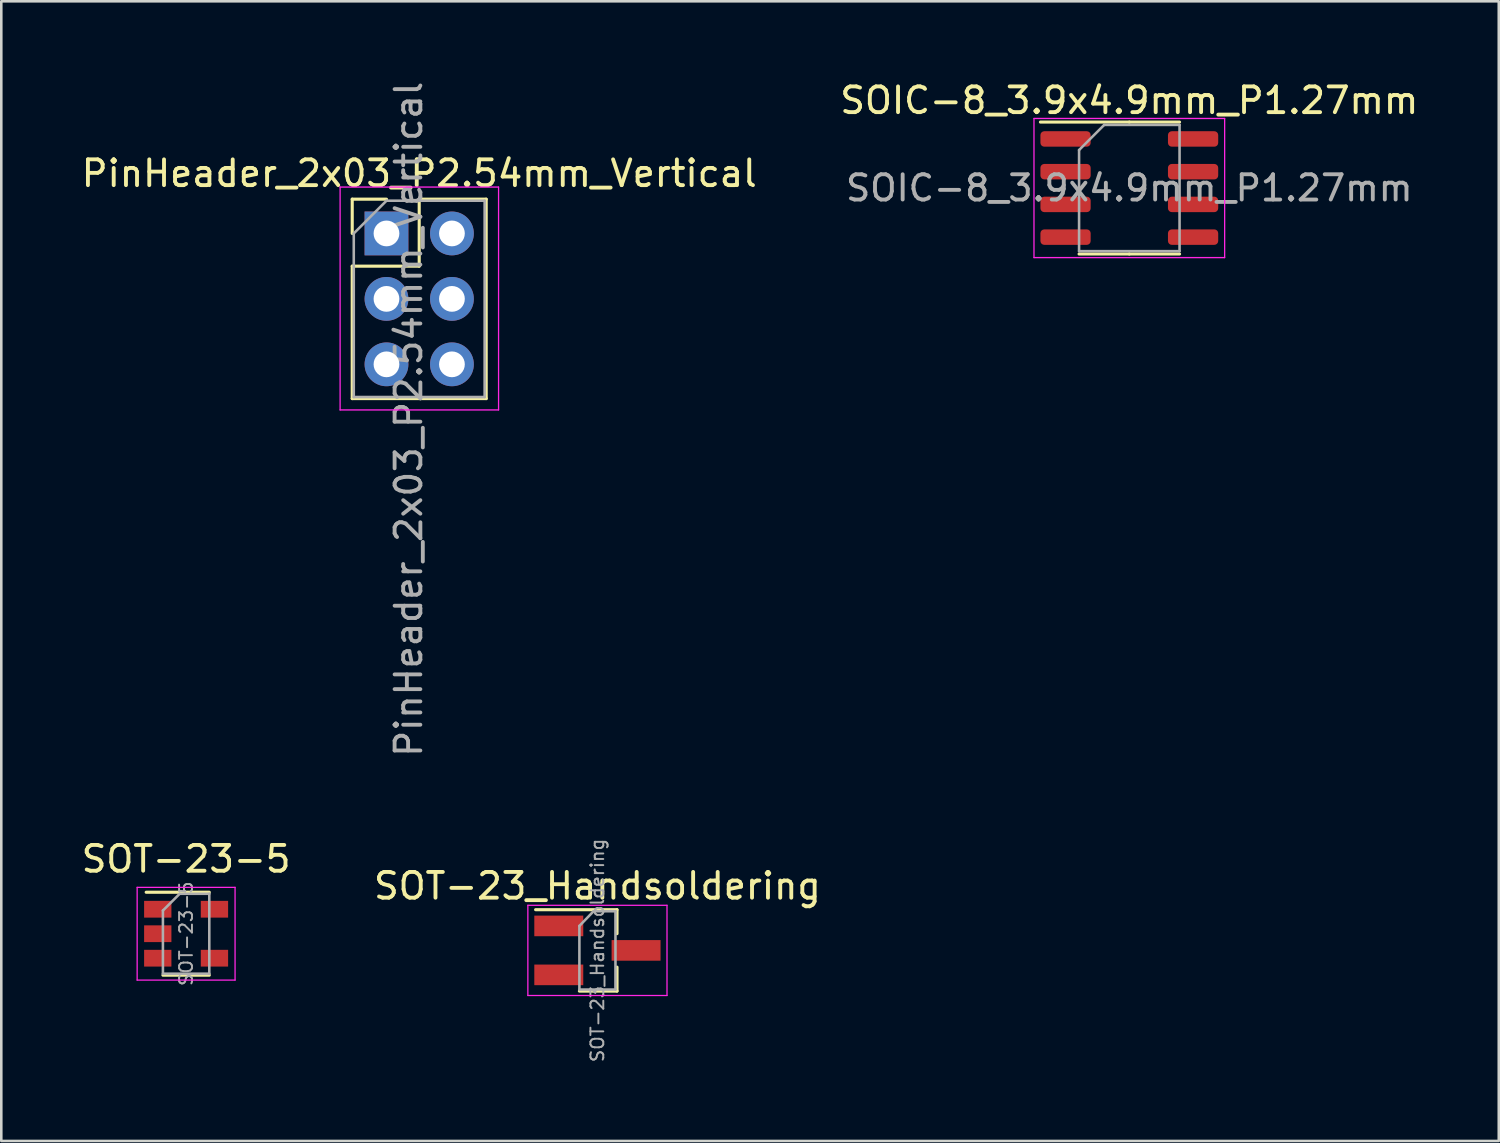
<source format=kicad_pcb>
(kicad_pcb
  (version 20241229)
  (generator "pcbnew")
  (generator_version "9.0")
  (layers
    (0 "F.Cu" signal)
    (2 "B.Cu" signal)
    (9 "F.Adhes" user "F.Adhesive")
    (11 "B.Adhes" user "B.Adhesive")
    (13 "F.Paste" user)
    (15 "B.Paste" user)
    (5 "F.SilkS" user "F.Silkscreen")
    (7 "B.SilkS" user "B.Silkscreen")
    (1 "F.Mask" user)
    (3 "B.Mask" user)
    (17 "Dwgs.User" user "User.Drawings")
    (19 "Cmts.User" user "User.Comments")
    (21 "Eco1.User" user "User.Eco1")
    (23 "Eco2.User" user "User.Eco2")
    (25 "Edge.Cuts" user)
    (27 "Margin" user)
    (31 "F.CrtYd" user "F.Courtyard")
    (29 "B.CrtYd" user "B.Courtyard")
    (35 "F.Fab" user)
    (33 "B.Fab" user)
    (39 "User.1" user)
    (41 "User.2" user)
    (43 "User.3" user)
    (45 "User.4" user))
  (footprint "SOT-23-5"
    (layer "F.Cu")
    (at 4.173 33.189)
    (property "Reference" "SOT-23-5" (at 0 -2.9 0) (layer "F.SilkS") (effects (font (size 1 1) (thickness 0.15))))
    (attr smd)
    (fp_line (start -0.9 1.61) (end 0.9 1.61) (stroke (width 0.12) (type solid)) (layer "F.SilkS"))
    (fp_line (start 0.9 -1.61) (end -1.55 -1.61) (stroke (width 0.12) (type solid)) (layer "F.SilkS"))
    (fp_line (start -1.9 -1.8) (end 1.9 -1.8) (stroke (width 0.05) (type solid)) (layer "F.CrtYd"))
    (fp_line (start -1.9 1.8) (end -1.9 -1.8) (stroke (width 0.05) (type solid)) (layer "F.CrtYd"))
    (fp_line (start 1.9 -1.8) (end 1.9 1.8) (stroke (width 0.05) (type solid)) (layer "F.CrtYd"))
    (fp_line (start 1.9 1.8) (end -1.9 1.8) (stroke (width 0.05) (type solid)) (layer "F.CrtYd"))
    (fp_line (start -0.9 -0.9) (end -0.9 1.55) (stroke (width 0.1) (type solid)) (layer "F.Fab"))
    (fp_line (start -0.9 -0.9) (end -0.25 -1.55) (stroke (width 0.1) (type solid)) (layer "F.Fab"))
    (fp_line (start 0.9 -1.55) (end -0.25 -1.55) (stroke (width 0.1) (type solid)) (layer "F.Fab"))
    (fp_line (start 0.9 -1.55) (end 0.9 1.55) (stroke (width 0.1) (type solid)) (layer "F.Fab"))
    (fp_line (start 0.9 1.55) (end -0.9 1.55) (stroke (width 0.1) (type solid)) (layer "F.Fab"))
    (fp_text user "${REFERENCE}" (at 0 0 270) (layer "F.Fab") (effects (font (size 0.5 0.5) (thickness 0.075))))
    (pad "1" smd rect (at -1.1 -0.95) (size 1.06 0.65) (layers "F.Cu" "F.Mask" "F.Paste"))
    (pad "2" smd rect (at -1.1 0) (size 1.06 0.65) (layers "F.Cu" "F.Mask" "F.Paste"))
    (pad "3" smd rect (at -1.1 0.95) (size 1.06 0.65) (layers "F.Cu" "F.Mask" "F.Paste"))
    (pad "4" smd rect (at 1.1 0.95) (size 1.06 0.65) (layers "F.Cu" "F.Mask" "F.Paste"))
    (pad "5" smd rect (at 1.1 -0.95) (size 1.06 0.65) (layers "F.Cu" "F.Mask" "F.Paste")))
  (footprint "PinHeader_2x03_P2.54mm_Vertical"
    (layer "F.Cu")
    (at 11.95 6.01)
    (property "Reference" "PinHeader_2x03_P2.54mm_Vertical" (at 1.27 -2.33 0) (layer "F.SilkS") (effects (font (size 1 1) (thickness 0.15))))
    (attr through_hole)
    (fp_line (start -1.33 -1.33) (end 0 -1.33) (stroke (width 0.12) (type solid)) (layer "F.SilkS"))
    (fp_line (start -1.33 0) (end -1.33 -1.33) (stroke (width 0.12) (type solid)) (layer "F.SilkS"))
    (fp_line (start -1.33 1.27) (end -1.33 6.41) (stroke (width 0.12) (type solid)) (layer "F.SilkS"))
    (fp_line (start -1.33 1.27) (end 1.27 1.27) (stroke (width 0.12) (type solid)) (layer "F.SilkS"))
    (fp_line (start -1.33 6.41) (end 3.87 6.41) (stroke (width 0.12) (type solid)) (layer "F.SilkS"))
    (fp_line (start 1.27 -1.33) (end 3.87 -1.33) (stroke (width 0.12) (type solid)) (layer "F.SilkS"))
    (fp_line (start 1.27 1.27) (end 1.27 -1.33) (stroke (width 0.12) (type solid)) (layer "F.SilkS"))
    (fp_line (start 3.87 -1.33) (end 3.87 6.41) (stroke (width 0.12) (type solid)) (layer "F.SilkS"))
    (fp_line (start -1.8 -1.8) (end -1.8 6.85) (stroke (width 0.05) (type solid)) (layer "F.CrtYd"))
    (fp_line (start -1.8 6.85) (end 4.35 6.85) (stroke (width 0.05) (type solid)) (layer "F.CrtYd"))
    (fp_line (start 4.35 -1.8) (end -1.8 -1.8) (stroke (width 0.05) (type solid)) (layer "F.CrtYd"))
    (fp_line (start 4.35 6.85) (end 4.35 -1.8) (stroke (width 0.05) (type solid)) (layer "F.CrtYd"))
    (fp_line (start -1.27 0) (end 0 -1.27) (stroke (width 0.1) (type solid)) (layer "F.Fab"))
    (fp_line (start -1.27 6.35) (end -1.27 0) (stroke (width 0.1) (type solid)) (layer "F.Fab"))
    (fp_line (start 0 -1.27) (end 3.81 -1.27) (stroke (width 0.1) (type solid)) (layer "F.Fab"))
    (fp_line (start 3.81 -1.27) (end 3.81 6.35) (stroke (width 0.1) (type solid)) (layer "F.Fab"))
    (fp_line (start 3.81 6.35) (end -1.27 6.35) (stroke (width 0.1) (type solid)) (layer "F.Fab"))
    (fp_text user "${REFERENCE}" (at 0.86 7.21 270) (layer "F.Fab") (effects (font (size 1 1) (thickness 0.15))))
    (pad "1" thru_hole rect (at 0 0) (size 1.7 1.7) (drill 1) (layers "*.Cu" "*.Mask"))
    (pad "2" thru_hole oval (at 2.54 0) (size 1.7 1.7) (drill 1) (layers "*.Cu" "*.Mask"))
    (pad "3" thru_hole oval (at 0 2.54) (size 1.7 1.7) (drill 1) (layers "*.Cu" "*.Mask"))
    (pad "4" thru_hole oval (at 2.54 2.54) (size 1.7 1.7) (drill 1) (layers "*.Cu" "*.Mask"))
    (pad "5" thru_hole oval (at 0 5.08) (size 1.7 1.7) (drill 1) (layers "*.Cu" "*.Mask"))
    (pad "6" thru_hole oval (at 2.54 5.08) (size 1.7 1.7) (drill 1) (layers "*.Cu" "*.Mask")))
  (footprint "SOIC-8_3.9x4.9mm_P1.27mm"
    (layer "F.Cu")
    (at 40.78 4.248)
    (property "Reference" "SOIC-8_3.9x4.9mm_P1.27mm" (at 0 -3.4 0) (layer "F.SilkS") (effects (font (size 1 1) (thickness 0.15))))
    (attr smd)
    (fp_line (start 0 -2.56) (end -3.45 -2.56) (stroke (width 0.12) (type solid)) (layer "F.SilkS"))
    (fp_line (start 0 -2.56) (end 1.95 -2.56) (stroke (width 0.12) (type solid)) (layer "F.SilkS"))
    (fp_line (start 0 2.56) (end -1.95 2.56) (stroke (width 0.12) (type solid)) (layer "F.SilkS"))
    (fp_line (start 0 2.56) (end 1.95 2.56) (stroke (width 0.12) (type solid)) (layer "F.SilkS"))
    (fp_line (start -3.7 -2.7) (end -3.7 2.7) (stroke (width 0.05) (type solid)) (layer "F.CrtYd"))
    (fp_line (start -3.7 2.7) (end 3.7 2.7) (stroke (width 0.05) (type solid)) (layer "F.CrtYd"))
    (fp_line (start 3.7 -2.7) (end -3.7 -2.7) (stroke (width 0.05) (type solid)) (layer "F.CrtYd"))
    (fp_line (start 3.7 2.7) (end 3.7 -2.7) (stroke (width 0.05) (type solid)) (layer "F.CrtYd"))
    (fp_line (start -1.95 -1.475) (end -0.975 -2.45) (stroke (width 0.1) (type solid)) (layer "F.Fab"))
    (fp_line (start -1.95 2.45) (end -1.95 -1.475) (stroke (width 0.1) (type solid)) (layer "F.Fab"))
    (fp_line (start -0.975 -2.45) (end 1.95 -2.45) (stroke (width 0.1) (type solid)) (layer "F.Fab"))
    (fp_line (start 1.95 -2.45) (end 1.95 2.45) (stroke (width 0.1) (type solid)) (layer "F.Fab"))
    (fp_line (start 1.95 2.45) (end -1.95 2.45) (stroke (width 0.1) (type solid)) (layer "F.Fab"))
    (fp_text user "${REFERENCE}" (at 0 0 0) (layer "F.Fab") (effects (font (size 0.98 0.98) (thickness 0.15))))
    (pad "1" smd roundrect (at -2.475 -1.905) (size 1.95 0.6) (layers "F.Cu" "F.Mask" "F.Paste") (roundrect_rratio 0.25))
    (pad "2" smd roundrect (at -2.475 -0.635) (size 1.95 0.6) (layers "F.Cu" "F.Mask" "F.Paste") (roundrect_rratio 0.25))
    (pad "3" smd roundrect (at -2.475 0.635) (size 1.95 0.6) (layers "F.Cu" "F.Mask" "F.Paste") (roundrect_rratio 0.25))
    (pad "4" smd roundrect (at -2.475 1.905) (size 1.95 0.6) (layers "F.Cu" "F.Mask" "F.Paste") (roundrect_rratio 0.25))
    (pad "5" smd roundrect (at 2.475 1.905) (size 1.95 0.6) (layers "F.Cu" "F.Mask" "F.Paste") (roundrect_rratio 0.25))
    (pad "6" smd roundrect (at 2.475 0.635) (size 1.95 0.6) (layers "F.Cu" "F.Mask" "F.Paste") (roundrect_rratio 0.25))
    (pad "7" smd roundrect (at 2.475 -0.635) (size 1.95 0.6) (layers "F.Cu" "F.Mask" "F.Paste") (roundrect_rratio 0.25))
    (pad "8" smd roundrect (at 2.475 -1.905) (size 1.95 0.6) (layers "F.Cu" "F.Mask" "F.Paste") (roundrect_rratio 0.25)))
  (footprint "SOT-23_Handsoldering"
    (layer "F.Cu")
    (at 20.137 33.836)
    (property "Reference" "SOT-23_Handsoldering" (at 0 -2.5 0) (layer "F.SilkS") (effects (font (size 1 1) (thickness 0.15))))
    (attr smd)
    (fp_line (start 0.76 -1.58) (end -2.4 -1.58) (stroke (width 0.12) (type solid)) (layer "F.SilkS"))
    (fp_line (start 0.76 -1.58) (end 0.76 -0.65) (stroke (width 0.12) (type solid)) (layer "F.SilkS"))
    (fp_line (start 0.76 1.58) (end -0.7 1.58) (stroke (width 0.12) (type solid)) (layer "F.SilkS"))
    (fp_line (start 0.76 1.58) (end 0.76 0.65) (stroke (width 0.12) (type solid)) (layer "F.SilkS"))
    (fp_line (start -2.7 -1.75) (end 2.7 -1.75) (stroke (width 0.05) (type solid)) (layer "F.CrtYd"))
    (fp_line (start -2.7 1.75) (end -2.7 -1.75) (stroke (width 0.05) (type solid)) (layer "F.CrtYd"))
    (fp_line (start 2.7 -1.75) (end 2.7 1.75) (stroke (width 0.05) (type solid)) (layer "F.CrtYd"))
    (fp_line (start 2.7 1.75) (end -2.7 1.75) (stroke (width 0.05) (type solid)) (layer "F.CrtYd"))
    (fp_line (start -0.7 -0.95) (end -0.7 1.5) (stroke (width 0.1) (type solid)) (layer "F.Fab"))
    (fp_line (start -0.7 -0.95) (end -0.15 -1.52) (stroke (width 0.1) (type solid)) (layer "F.Fab"))
    (fp_line (start -0.7 1.52) (end 0.7 1.52) (stroke (width 0.1) (type solid)) (layer "F.Fab"))
    (fp_line (start -0.15 -1.52) (end 0.7 -1.52) (stroke (width 0.1) (type solid)) (layer "F.Fab"))
    (fp_line (start 0.7 -1.52) (end 0.7 1.52) (stroke (width 0.1) (type solid)) (layer "F.Fab"))
    (fp_text user "${REFERENCE}" (at 0 0 270) (layer "F.Fab") (effects (font (size 0.5 0.5) (thickness 0.075))))
    (pad "1" smd rect (at -1.5 -0.95) (size 1.9 0.8) (layers "F.Cu" "F.Mask" "F.Paste"))
    (pad "2" smd rect (at -1.5 0.95) (size 1.9 0.8) (layers "F.Cu" "F.Mask" "F.Paste"))
    (pad "3" smd rect (at 1.5 0) (size 1.9 0.8) (layers "F.Cu" "F.Mask" "F.Paste")))
  (gr_rect
    (start -3 -3)
    (end 55.119 41.232)
    (stroke (width 0.1) (type default))
    (fill no)
    (layer "Edge.Cuts")))
</source>
